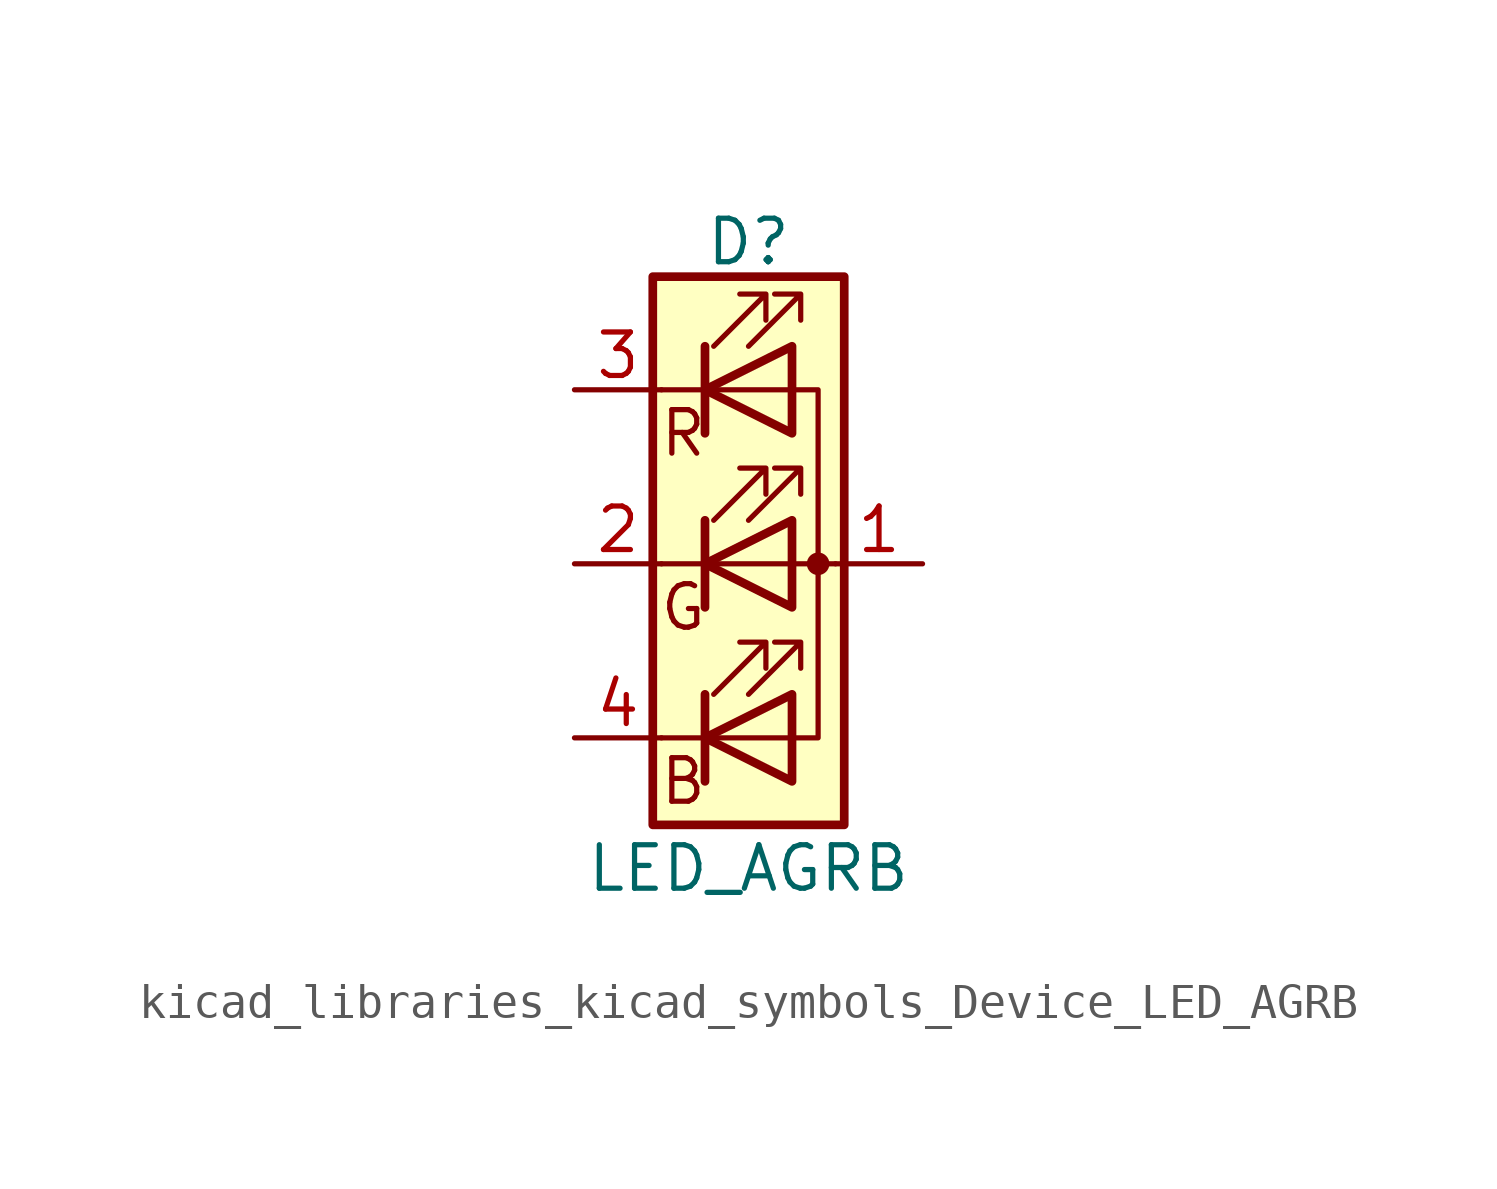
<source format=kicad_sym>
(kicad_symbol_lib
  (version 20220914)
  (generator kicad_symbol_editor)
  (symbol "kicad_libraries_kicad_symbols_Device_LED_AGRB"
    (pin_names
      (offset 0) hide)
    (property "Reference" "D"
      (at 0 9.398 0)
      (effects (font (size 1.27 1.27))))
    (property "Value" "LED_AGRB"
      (at 0 -8.89 0)
      (effects (font (size 1.27 1.27))))
    (symbol "kicad_libraries_kicad_symbols_Device_LED_AGRB_0_0"
      (text "B" (at -1.905 -6.35 0) (effects (font (size 1.27 1.27))))
      (text "G" (at -1.905 -1.27 0) (effects (font (size 1.27 1.27))))
      (text "R" (at -1.905 3.81 0) (effects (font (size 1.27 1.27)))))
    (symbol "kicad_libraries_kicad_symbols_Device_LED_AGRB_0_1"
      (polyline (pts (xy -1.27 -5.08) (xy -2.54 -5.08)) (stroke (width 0) (type default)) (fill (type none)))
      (polyline (pts (xy -1.27 -5.08) (xy 1.27 -5.08)) (stroke (width 0) (type default)) (fill (type none)))
      (polyline (pts (xy -1.27 -3.81) (xy -1.27 -6.35)) (stroke (width 0.254) (type default)) (fill (type none)))
      (polyline (pts (xy -1.27 0) (xy -2.54 0)) (stroke (width 0) (type default)) (fill (type none)))
      (polyline (pts (xy -1.27 1.27) (xy -1.27 -1.27)) (stroke (width 0.254) (type default)) (fill (type none)))
      (polyline (pts (xy -1.27 5.08) (xy -2.54 5.08)) (stroke (width 0) (type default)) (fill (type none)))
      (polyline (pts (xy -1.27 5.08) (xy 1.27 5.08)) (stroke (width 0) (type default)) (fill (type none)))
      (polyline (pts (xy -1.27 6.35) (xy -1.27 3.81)) (stroke (width 0.254) (type default)) (fill (type none)))
      (polyline (pts (xy 1.27 0) (xy -1.27 0)) (stroke (width 0) (type default)) (fill (type none)))
      (polyline (pts (xy 1.27 0) (xy 2.54 0)) (stroke (width 0) (type default)) (fill (type none)))
      (polyline (pts (xy -1.27 1.27) (xy -1.27 -1.27) (xy -1.27 -1.27)) (stroke (width 0) (type default)) (fill (type none)))
      (polyline (pts (xy -1.27 6.35) (xy -1.27 3.81) (xy -1.27 3.81)) (stroke (width 0) (type default)) (fill (type none)))
      (polyline (pts (xy 1.27 -5.08) (xy 2.032 -5.08) (xy 2.032 5.08) (xy 1.27 5.08)) (stroke (width 0) (type default)) (fill (type none)))
      (polyline (pts (xy 1.27 -3.81) (xy 1.27 -6.35) (xy -1.27 -5.08) (xy 1.27 -3.81)) (stroke (width 0.254) (type default)) (fill (type none)))
      (polyline (pts (xy 1.27 1.27) (xy 1.27 -1.27) (xy -1.27 0) (xy 1.27 1.27)) (stroke (width 0.254) (type default)) (fill (type none)))
      (polyline (pts (xy 1.27 6.35) (xy 1.27 3.81) (xy -1.27 5.08) (xy 1.27 6.35)) (stroke (width 0.254) (type default)) (fill (type none)))
      (polyline (pts (xy -1.016 -3.81) (xy 0.508 -2.286) (xy -0.254 -2.286) (xy 0.508 -2.286) (xy 0.508 -3.048)) (stroke (width 0) (type default)) (fill (type none)))
      (polyline (pts (xy -1.016 1.27) (xy 0.508 2.794) (xy -0.254 2.794) (xy 0.508 2.794) (xy 0.508 2.032)) (stroke (width 0) (type default)) (fill (type none)))
      (polyline (pts (xy -1.016 6.35) (xy 0.508 7.874) (xy -0.254 7.874) (xy 0.508 7.874) (xy 0.508 7.112)) (stroke (width 0) (type default)) (fill (type none)))
      (polyline (pts (xy 0 -3.81) (xy 1.524 -2.286) (xy 0.762 -2.286) (xy 1.524 -2.286) (xy 1.524 -3.048)) (stroke (width 0) (type default)) (fill (type none)))
      (polyline (pts (xy 0 1.27) (xy 1.524 2.794) (xy 0.762 2.794) (xy 1.524 2.794) (xy 1.524 2.032)) (stroke (width 0) (type default)) (fill (type none)))
      (polyline (pts (xy 0 6.35) (xy 1.524 7.874) (xy 0.762 7.874) (xy 1.524 7.874) (xy 1.524 7.112)) (stroke (width 0) (type default)) (fill (type none)))
      (rectangle (start 1.27 -1.27) (end 1.27 1.27) (stroke (width 0) (type default)) (fill (type none)))
      (rectangle (start 1.27 1.27) (end 1.27 1.27) (stroke (width 0) (type default)) (fill (type none)))
      (rectangle (start 1.27 3.81) (end 1.27 6.35) (stroke (width 0) (type default)) (fill (type none)))
      (rectangle (start 1.27 6.35) (end 1.27 6.35) (stroke (width 0) (type default)) (fill (type none)))
      (circle (center 2.032 0) (radius 0.254) (stroke (width 0) (type default)) (fill (type outline)))
      (rectangle (start 2.794 8.382) (end -2.794 -7.62) (stroke (width 0.254) (type default)) (fill (type background))))
    (symbol "kicad_libraries_kicad_symbols_Device_LED_AGRB_1_1"
      (pin passive line (at 5.08 0 180) (length 2.54) (name "A" (effects (font (size 1.27 1.27)))) (number "1" (effects (font (size 1.27 1.27)))))
      (pin passive line (at -5.08 0 0) (length 2.54) (name "GK" (effects (font (size 1.27 1.27)))) (number "2" (effects (font (size 1.27 1.27)))))
      (pin passive line (at -5.08 5.08 0) (length 2.54) (name "RK" (effects (font (size 1.27 1.27)))) (number "3" (effects (font (size 1.27 1.27)))))
      (pin passive line (at -5.08 -5.08 0) (length 2.54) (name "BK" (effects (font (size 1.27 1.27)))) (number "4" (effects (font (size 1.27 1.27))))))))
</source>
